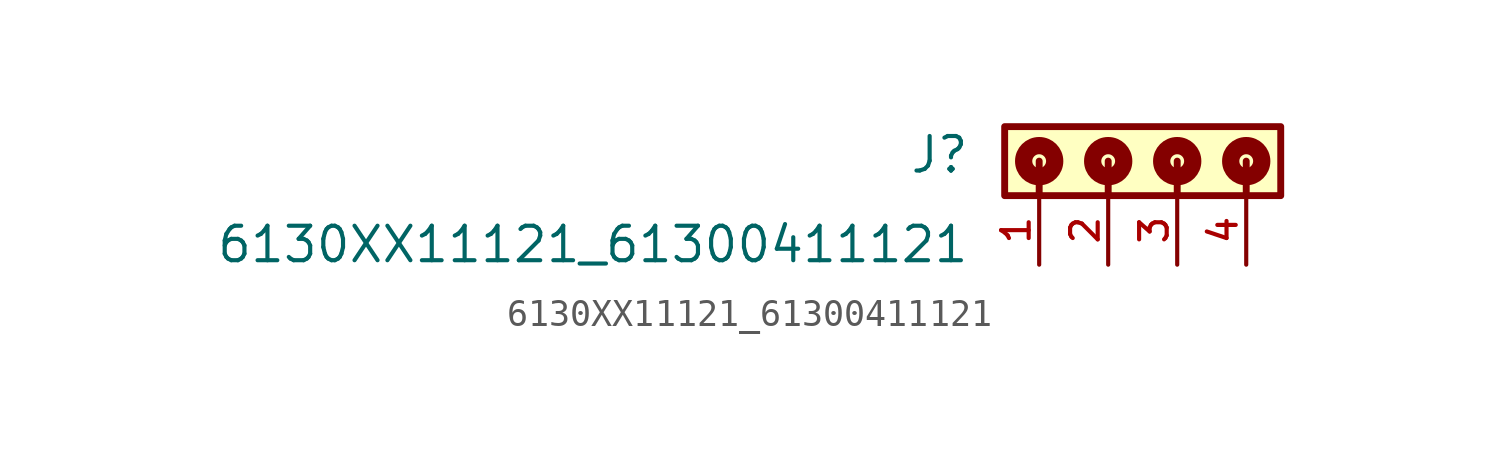
<source format=kicad_sym>
(kicad_symbol_lib
  (version 20211014)
  (generator kicad_symbol_editor)
  (symbol "6130XX11121_61300411121"
    (pin_names
      (offset 1.016))
    (property "Reference" "J"
      (at -7.62 -1.778 0)
      (effects (font (size 1.27 1.27)) (justify bottom right)))
    (property "Value" "6130XX11121_61300411121"
      (at -7.62 -5.08 0)
      (effects (font (size 1.27 1.27)) (justify bottom right)))
    (symbol "6130XX11121_61300411121_0_0"
      (polyline (pts (xy -5.08 -1.27) (xy -5.08 -2.54)) (stroke (width 0.254)))
      (polyline (pts (xy -2.54 -1.27) (xy -2.54 -2.54)) (stroke (width 0.254)))
      (polyline (pts (xy 0.0 -1.27) (xy 0.0 -2.54)) (stroke (width 0.254)))
      (polyline (pts (xy 2.54 -1.27) (xy 2.54 -2.54)) (stroke (width 0.254)))
      (circle (center -5.08 -1.27) (radius 0.254) (stroke (width 0.635)) (fill (type none)))
      (circle (center -2.54 -1.27) (radius 0.254) (stroke (width 0.635)) (fill (type none)))
      (circle (center 0.0 -1.27) (radius 0.254) (stroke (width 0.635)) (fill (type none)))
      (circle (center 2.54 -1.27) (radius 0.254) (stroke (width 0.635)) (fill (type none)))
      (rectangle (start -6.35 -2.54) (end 3.81 -2.22044604925e-16) (stroke (width 0.254)) (fill (type background)))
      (pin passive line (at -5.08 -5.08 90.0) (length 2.54) (name "~" (effects (font (size 1.016 1.016)))) (number "1" (effects (font (size 1.016 1.016)))))
      (pin passive line (at -2.54 -5.08 90.0) (length 2.54) (name "~" (effects (font (size 1.016 1.016)))) (number "2" (effects (font (size 1.016 1.016)))))
      (pin passive line (at 0.0 -5.08 90.0) (length 2.54) (name "~" (effects (font (size 1.016 1.016)))) (number "3" (effects (font (size 1.016 1.016)))))
      (pin passive line (at 2.54 -5.08 90.0) (length 2.54) (name "~" (effects (font (size 1.016 1.016)))) (number "4" (effects (font (size 1.016 1.016))))))))
</source>
